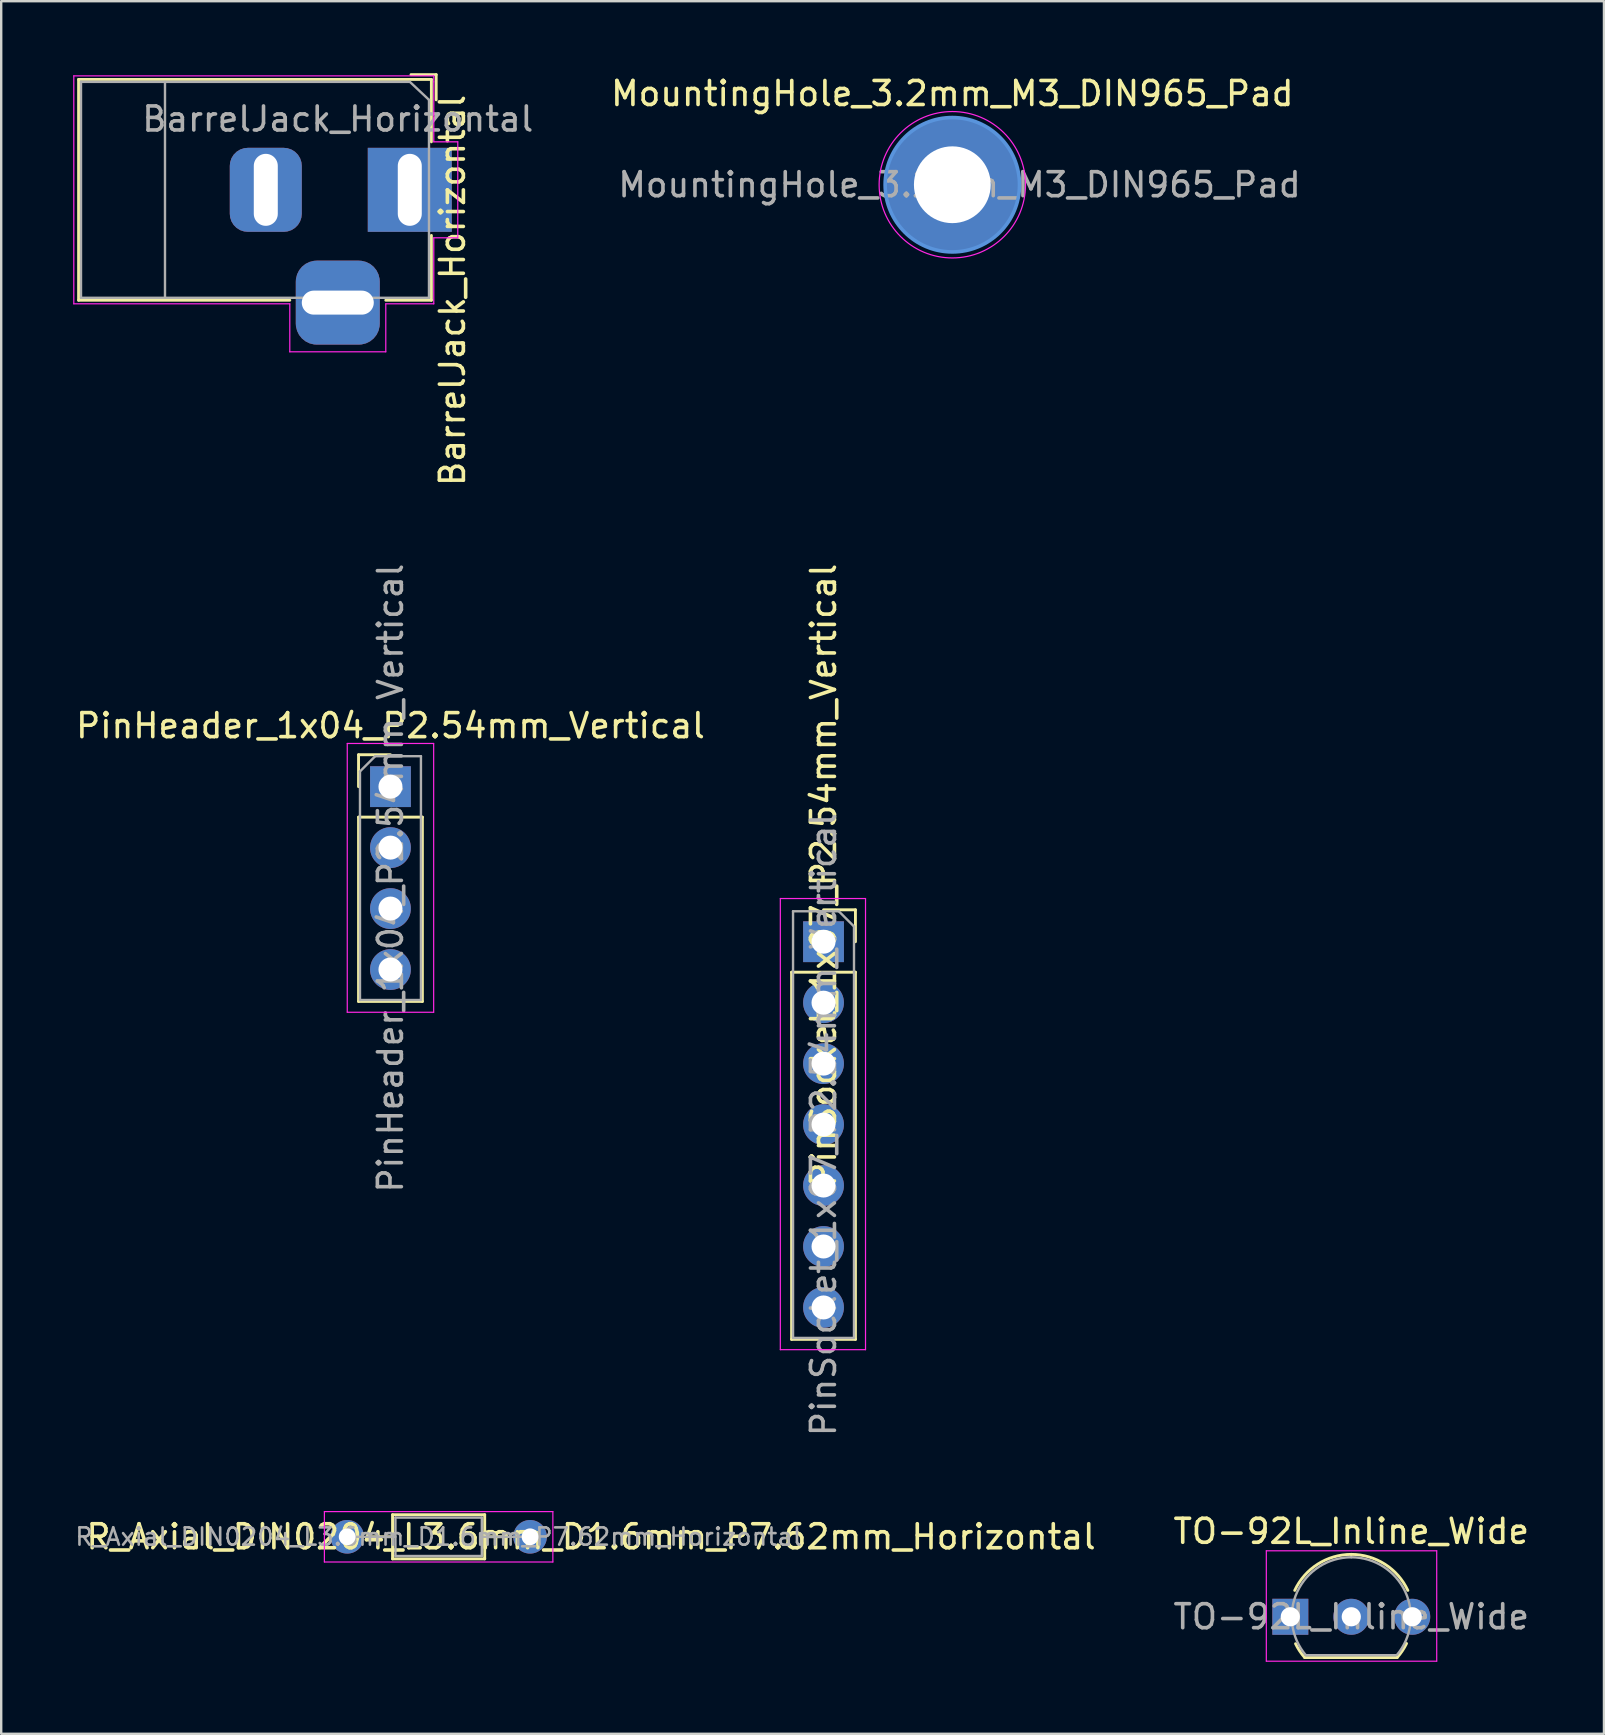
<source format=kicad_pcb>
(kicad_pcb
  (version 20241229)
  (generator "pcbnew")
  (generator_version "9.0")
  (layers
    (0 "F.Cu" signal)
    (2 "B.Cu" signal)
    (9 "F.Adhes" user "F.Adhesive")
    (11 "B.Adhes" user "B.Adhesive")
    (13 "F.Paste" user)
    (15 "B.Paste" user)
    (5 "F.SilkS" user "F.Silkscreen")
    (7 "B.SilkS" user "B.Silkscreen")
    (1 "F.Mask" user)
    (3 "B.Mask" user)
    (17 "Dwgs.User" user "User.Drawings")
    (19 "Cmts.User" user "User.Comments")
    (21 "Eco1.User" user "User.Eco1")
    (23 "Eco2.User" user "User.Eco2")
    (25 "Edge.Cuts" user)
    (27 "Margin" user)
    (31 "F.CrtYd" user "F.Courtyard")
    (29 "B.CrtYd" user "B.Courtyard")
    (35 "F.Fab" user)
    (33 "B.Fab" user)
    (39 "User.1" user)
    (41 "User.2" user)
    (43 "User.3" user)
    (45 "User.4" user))
  (footprint "MountingHole_3.2mm_M3_DIN965_Pad"
    (layer "F.Cu")
    (at 36.632 4.648)
    (property "Reference" "MountingHole_3.2mm_M3_DIN965_Pad" (at 0 -3.8 0) (layer "F.SilkS") (effects (font (size 1 1) (thickness 0.15))))
    (attr exclude_from_pos_files exclude_from_bom)
    (fp_circle (center 0 0) (end 2.8 0) (stroke (width 0.15) (type solid)) (fill no) (layer "Cmts.User"))
    (fp_circle (center 0 0) (end 3.05 0) (stroke (width 0.05) (type solid)) (fill no) (layer "F.CrtYd"))
    (fp_text user "${REFERENCE}" (at 0.3 0 0) (layer "F.Fab") (effects (font (size 1 1) (thickness 0.15))))
    (pad "1" thru_hole circle (at 0 0) (size 5.6 5.6) (drill 3.2) (layers "*.Cu" "*.Mask")))
  (footprint "BarrelJack_Horizontal"
    (layer "F.Cu")
    (at 14.025 4.86)
    (property "Reference" "BarrelJack_Horizontal" (at 1.778 4.191 270) (layer "F.SilkS") (effects (font (size 1 1) (thickness 0.15))))
    (attr through_hole)
    (fp_line (start -13.8 -4.6) (end 0.9 -4.6) (stroke (width 0.12) (type solid)) (layer "F.SilkS"))
    (fp_line (start -13.8 4.6) (end -13.8 -4.6) (stroke (width 0.12) (type solid)) (layer "F.SilkS"))
    (fp_line (start -5 4.6) (end -13.8 4.6) (stroke (width 0.12) (type solid)) (layer "F.SilkS"))
    (fp_line (start 0.05 -4.8) (end 1.1 -4.8) (stroke (width 0.12) (type solid)) (layer "F.SilkS"))
    (fp_line (start 0.9 -4.6) (end 0.9 -2) (stroke (width 0.12) (type solid)) (layer "F.SilkS"))
    (fp_line (start 0.9 1.9) (end 0.9 4.6) (stroke (width 0.12) (type solid)) (layer "F.SilkS"))
    (fp_line (start 0.9 4.6) (end -1 4.6) (stroke (width 0.12) (type solid)) (layer "F.SilkS"))
    (fp_line (start 1.1 -3.75) (end 1.1 -4.8) (stroke (width 0.12) (type solid)) (layer "F.SilkS"))
    (fp_line (start -14 4.75) (end -14 -4.75) (stroke (width 0.05) (type solid)) (layer "F.CrtYd"))
    (fp_line (start -5 4.75) (end -14 4.75) (stroke (width 0.05) (type solid)) (layer "F.CrtYd"))
    (fp_line (start -5 6.75) (end -5 4.75) (stroke (width 0.05) (type solid)) (layer "F.CrtYd"))
    (fp_line (start -1 4.75) (end -1 6.75) (stroke (width 0.05) (type solid)) (layer "F.CrtYd"))
    (fp_line (start -1 6.75) (end -5 6.75) (stroke (width 0.05) (type solid)) (layer "F.CrtYd"))
    (fp_line (start 1 -4.75) (end -14 -4.75) (stroke (width 0.05) (type solid)) (layer "F.CrtYd"))
    (fp_line (start 1 -4.5) (end 1 -4.75) (stroke (width 0.05) (type solid)) (layer "F.CrtYd"))
    (fp_line (start 1 -4.5) (end 1 -2) (stroke (width 0.05) (type solid)) (layer "F.CrtYd"))
    (fp_line (start 1 -2) (end 2 -2) (stroke (width 0.05) (type solid)) (layer "F.CrtYd"))
    (fp_line (start 1 2) (end 1 4.75) (stroke (width 0.05) (type solid)) (layer "F.CrtYd"))
    (fp_line (start 1 4.75) (end -1 4.75) (stroke (width 0.05) (type solid)) (layer "F.CrtYd"))
    (fp_line (start 2 -2) (end 2 2) (stroke (width 0.05) (type solid)) (layer "F.CrtYd"))
    (fp_line (start 2 2) (end 1 2) (stroke (width 0.05) (type solid)) (layer "F.CrtYd"))
    (fp_line (start -13.7 -4.5) (end -13.7 4.5) (stroke (width 0.1) (type solid)) (layer "F.Fab"))
    (fp_line (start -13.7 4.5) (end 0.8 4.5) (stroke (width 0.1) (type solid)) (layer "F.Fab"))
    (fp_line (start -10.2 -4.5) (end -10.2 4.5) (stroke (width 0.1) (type solid)) (layer "F.Fab"))
    (fp_line (start -0.003 -4.505) (end 0.8 -3.75) (stroke (width 0.1) (type solid)) (layer "F.Fab"))
    (fp_line (start 0 -4.5) (end -13.7 -4.5) (stroke (width 0.1) (type solid)) (layer "F.Fab"))
    (fp_line (start 0.8 4.5) (end 0.8 -3.75) (stroke (width 0.1) (type solid)) (layer "F.Fab"))
    (fp_text user "${REFERENCE}" (at -3 -2.95 180) (layer "F.Fab") (effects (font (size 1 1) (thickness 0.15))))
    (pad "1" thru_hole rect (at 0 0) (size 3.5 3.5) (drill oval 1 3) (layers "*.Cu" "*.Mask"))
    (pad "2" thru_hole roundrect (at -6 0) (size 3 3.5) (drill oval 1 3) (layers "*.Cu" "*.Mask") (roundrect_rratio 0.25))
    (pad "3" thru_hole roundrect (at -3 4.7) (size 3.5 3.5) (drill oval 3 1) (layers "*.Cu" "*.Mask") (roundrect_rratio 0.25)))
  (footprint "PinHeader_1x04_P2.54mm_Vertical"
    (layer "F.Cu")
    (at 13.22 29.729)
    (property "Reference" "PinHeader_1x04_P2.54mm_Vertical" (at 0 -2.54 0) (layer "F.SilkS") (effects (font (size 1 1) (thickness 0.15))))
    (attr through_hole)
    (fp_line (start -1.33 -1.33) (end 0 -1.33) (stroke (width 0.12) (type solid)) (layer "F.SilkS"))
    (fp_line (start -1.33 0) (end -1.33 -1.33) (stroke (width 0.12) (type solid)) (layer "F.SilkS"))
    (fp_line (start -1.33 1.27) (end -1.33 8.95) (stroke (width 0.12) (type solid)) (layer "F.SilkS"))
    (fp_line (start -1.33 1.27) (end 1.33 1.27) (stroke (width 0.12) (type solid)) (layer "F.SilkS"))
    (fp_line (start -1.33 8.95) (end 1.33 8.95) (stroke (width 0.12) (type solid)) (layer "F.SilkS"))
    (fp_line (start 1.33 1.27) (end 1.33 8.95) (stroke (width 0.12) (type solid)) (layer "F.SilkS"))
    (fp_line (start -1.8 -1.8) (end -1.8 9.4) (stroke (width 0.05) (type solid)) (layer "F.CrtYd"))
    (fp_line (start -1.8 9.4) (end 1.8 9.4) (stroke (width 0.05) (type solid)) (layer "F.CrtYd"))
    (fp_line (start 1.8 -1.8) (end -1.8 -1.8) (stroke (width 0.05) (type solid)) (layer "F.CrtYd"))
    (fp_line (start 1.8 9.4) (end 1.8 -1.8) (stroke (width 0.05) (type solid)) (layer "F.CrtYd"))
    (fp_line (start -1.27 -0.635) (end -0.635 -1.27) (stroke (width 0.1) (type solid)) (layer "F.Fab"))
    (fp_line (start -1.27 8.89) (end -1.27 -0.635) (stroke (width 0.1) (type solid)) (layer "F.Fab"))
    (fp_line (start -0.635 -1.27) (end 1.27 -1.27) (stroke (width 0.1) (type solid)) (layer "F.Fab"))
    (fp_line (start 1.27 -1.27) (end 1.27 8.89) (stroke (width 0.1) (type solid)) (layer "F.Fab"))
    (fp_line (start 1.27 8.89) (end -1.27 8.89) (stroke (width 0.1) (type solid)) (layer "F.Fab"))
    (fp_text user "${REFERENCE}" (at 0 3.81 90) (layer "F.Fab") (effects (font (size 1 1) (thickness 0.15))))
    (pad "1" thru_hole rect (at 0 0) (size 1.7 1.7) (drill 1) (layers "*.Cu" "*.Mask"))
    (pad "2" thru_hole oval (at 0 2.54) (size 1.7 1.7) (drill 1) (layers "*.Cu" "*.Mask"))
    (pad "3" thru_hole oval (at 0 5.08) (size 1.7 1.7) (drill 1) (layers "*.Cu" "*.Mask"))
    (pad "4" thru_hole oval (at 0 7.62) (size 1.7 1.7) (drill 1) (layers "*.Cu" "*.Mask")))
  (footprint "PinSocket_1x07_P2.54mm_Vertical"
    (layer "F.Cu")
    (at 31.265 36.19)
    (property "Reference" "PinSocket_1x07_P2.54mm_Vertical" (at 0 -2.77 90) (layer "F.SilkS") (effects (font (size 1 1) (thickness 0.15))))
    (attr through_hole)
    (fp_line (start -1.33 1.27) (end -1.33 16.57) (stroke (width 0.12) (type solid)) (layer "F.SilkS"))
    (fp_line (start -1.33 1.27) (end 1.33 1.27) (stroke (width 0.12) (type solid)) (layer "F.SilkS"))
    (fp_line (start -1.33 16.57) (end 1.33 16.57) (stroke (width 0.12) (type solid)) (layer "F.SilkS"))
    (fp_line (start 0 -1.33) (end 1.33 -1.33) (stroke (width 0.12) (type solid)) (layer "F.SilkS"))
    (fp_line (start 1.33 -1.33) (end 1.33 0) (stroke (width 0.12) (type solid)) (layer "F.SilkS"))
    (fp_line (start 1.33 1.27) (end 1.33 16.57) (stroke (width 0.12) (type solid)) (layer "F.SilkS"))
    (fp_line (start -1.8 -1.8) (end 1.75 -1.8) (stroke (width 0.05) (type solid)) (layer "F.CrtYd"))
    (fp_line (start -1.8 17) (end -1.8 -1.8) (stroke (width 0.05) (type solid)) (layer "F.CrtYd"))
    (fp_line (start 1.75 -1.8) (end 1.75 17) (stroke (width 0.05) (type solid)) (layer "F.CrtYd"))
    (fp_line (start 1.75 17) (end -1.8 17) (stroke (width 0.05) (type solid)) (layer "F.CrtYd"))
    (fp_line (start -1.27 -1.27) (end 0.635 -1.27) (stroke (width 0.1) (type solid)) (layer "F.Fab"))
    (fp_line (start -1.27 16.51) (end -1.27 -1.27) (stroke (width 0.1) (type solid)) (layer "F.Fab"))
    (fp_line (start 0.635 -1.27) (end 1.27 -0.635) (stroke (width 0.1) (type solid)) (layer "F.Fab"))
    (fp_line (start 1.27 -0.635) (end 1.27 16.51) (stroke (width 0.1) (type solid)) (layer "F.Fab"))
    (fp_line (start 1.27 16.51) (end -1.27 16.51) (stroke (width 0.1) (type solid)) (layer "F.Fab"))
    (fp_text user "${REFERENCE}" (at 0 7.62 270) (layer "F.Fab") (effects (font (size 1 1) (thickness 0.15))))
    (pad "1" thru_hole rect (at 0 0) (size 1.7 1.7) (drill 1) (layers "*.Cu" "*.Mask"))
    (pad "2" thru_hole oval (at 0 2.54) (size 1.7 1.7) (drill 1) (layers "*.Cu" "*.Mask"))
    (pad "3" thru_hole oval (at 0 5.08) (size 1.7 1.7) (drill 1) (layers "*.Cu" "*.Mask"))
    (pad "4" thru_hole oval (at 0 7.62) (size 1.7 1.7) (drill 1) (layers "*.Cu" "*.Mask"))
    (pad "5" thru_hole oval (at 0 10.16) (size 1.7 1.7) (drill 1) (layers "*.Cu" "*.Mask"))
    (pad "6" thru_hole oval (at 0 12.7) (size 1.7 1.7) (drill 1) (layers "*.Cu" "*.Mask"))
    (pad "7" thru_hole oval (at 0 15.24) (size 1.7 1.7) (drill 1) (layers "*.Cu" "*.Mask")))
  (footprint "R_Axial_DIN0204_L3.6mm_D1.6mm_P7.62mm_Horizontal"
    (layer "F.Cu")
    (at 11.417 60.986)
    (property "Reference" "R_Axial_DIN0204_L3.6mm_D1.6mm_P7.62mm_Horizontal" (at 10.16 0 0) (layer "F.SilkS") (effects (font (size 1 1) (thickness 0.15))))
    (attr through_hole)
    (fp_line (start 0.94 0) (end 1.89 0) (stroke (width 0.12) (type solid)) (layer "F.SilkS"))
    (fp_line (start 1.89 -0.92) (end 1.89 0.92) (stroke (width 0.12) (type solid)) (layer "F.SilkS"))
    (fp_line (start 1.89 0.92) (end 5.73 0.92) (stroke (width 0.12) (type solid)) (layer "F.SilkS"))
    (fp_line (start 5.73 -0.92) (end 1.89 -0.92) (stroke (width 0.12) (type solid)) (layer "F.SilkS"))
    (fp_line (start 5.73 0.92) (end 5.73 -0.92) (stroke (width 0.12) (type solid)) (layer "F.SilkS"))
    (fp_line (start 6.68 0) (end 5.73 0) (stroke (width 0.12) (type solid)) (layer "F.SilkS"))
    (fp_line (start -0.95 -1.05) (end -0.95 1.05) (stroke (width 0.05) (type solid)) (layer "F.CrtYd"))
    (fp_line (start -0.95 1.05) (end 8.57 1.05) (stroke (width 0.05) (type solid)) (layer "F.CrtYd"))
    (fp_line (start 8.57 -1.05) (end -0.95 -1.05) (stroke (width 0.05) (type solid)) (layer "F.CrtYd"))
    (fp_line (start 8.57 1.05) (end 8.57 -1.05) (stroke (width 0.05) (type solid)) (layer "F.CrtYd"))
    (fp_line (start 0 0) (end 2.01 0) (stroke (width 0.1) (type solid)) (layer "F.Fab"))
    (fp_line (start 2.01 -0.8) (end 2.01 0.8) (stroke (width 0.1) (type solid)) (layer "F.Fab"))
    (fp_line (start 2.01 0.8) (end 5.61 0.8) (stroke (width 0.1) (type solid)) (layer "F.Fab"))
    (fp_line (start 5.61 -0.8) (end 2.01 -0.8) (stroke (width 0.1) (type solid)) (layer "F.Fab"))
    (fp_line (start 5.61 0.8) (end 5.61 -0.8) (stroke (width 0.1) (type solid)) (layer "F.Fab"))
    (fp_line (start 7.62 0) (end 5.61 0) (stroke (width 0.1) (type solid)) (layer "F.Fab"))
    (fp_text user "${REFERENCE}" (at 3.81 0 0) (layer "F.Fab") (effects (font (size 0.72 0.72) (thickness 0.108))))
    (pad "1" thru_hole circle (at 0 0) (size 1.4 1.4) (drill 0.7) (layers "*.Cu" "*.Mask"))
    (pad "2" thru_hole oval (at 7.62 0) (size 1.4 1.4) (drill 0.7) (layers "*.Cu" "*.Mask")))
  (footprint "TO-92L_Inline_Wide"
    (layer "F.Cu")
    (at 50.716 64.319)
    (property "Reference" "TO-92L_Inline_Wide" (at 2.54 -3.56 180) (layer "F.SilkS") (effects (font (size 1 1) (thickness 0.15))))
    (attr through_hole)
    (fp_line (start 0.6 1.7) (end 4.45 1.7) (stroke (width 0.12) (type solid)) (layer "F.SilkS"))
    (fp_arc (start 0.1836 -1.098807) (mid 1.143021 -2.192817) (end 2.54 -2.6) (stroke (width 0.12) (type solid)) (layer "F.SilkS"))
    (fp_arc (start 0.6 1.7) (mid 0.389183 1.423933) (end 0.217369 1.122045) (stroke (width 0.12) (type solid)) (layer "F.SilkS"))
    (fp_arc (start 2.54 -2.6) (mid 3.936979 -2.192818) (end 4.8964 -1.098807) (stroke (width 0.12) (type solid)) (layer "F.SilkS"))
    (fp_arc (start 4.842383 1.112264) (mid 4.666594 1.419753) (end 4.45 1.7) (stroke (width 0.12) (type solid)) (layer "F.SilkS"))
    (fp_line (start -1 -2.75) (end -1 1.85) (stroke (width 0.05) (type solid)) (layer "F.CrtYd"))
    (fp_line (start -1 -2.75) (end 6.1 -2.75) (stroke (width 0.05) (type solid)) (layer "F.CrtYd"))
    (fp_line (start 6.1 1.85) (end -1 1.85) (stroke (width 0.05) (type solid)) (layer "F.CrtYd"))
    (fp_line (start 6.1 1.85) (end 6.1 -2.75) (stroke (width 0.05) (type solid)) (layer "F.CrtYd"))
    (fp_line (start 0.65 1.6) (end 4.4 1.6) (stroke (width 0.1) (type solid)) (layer "F.Fab"))
    (fp_arc (start 0.647182 1.602385) (mid 0.290076 -1.043188) (end 2.54 -2.48) (stroke (width 0.1) (type solid)) (layer "F.Fab"))
    (fp_arc (start 2.54 -2.48) (mid 4.787211 -1.049019) (end 4.441103 1.592547) (stroke (width 0.1) (type solid)) (layer "F.Fab"))
    (fp_text user "${REFERENCE}" (at 2.54 0 180) (layer "F.Fab") (effects (font (size 1 1) (thickness 0.15))))
    (pad "1" thru_hole rect (at 0 0) (size 1.5 1.5) (drill 0.8) (layers "*.Cu" "*.Mask"))
    (pad "2" thru_hole circle (at 2.54 0) (size 1.5 1.5) (drill 0.8) (layers "*.Cu" "*.Mask"))
    (pad "3" thru_hole circle (at 5.08 0) (size 1.5 1.5) (drill 0.8) (layers "*.Cu" "*.Mask")))
  (gr_rect
    (start -3 -3)
    (end 63.785 69.194)
    (stroke (width 0.1) (type default))
    (fill no)
    (layer "Edge.Cuts")))
</source>
